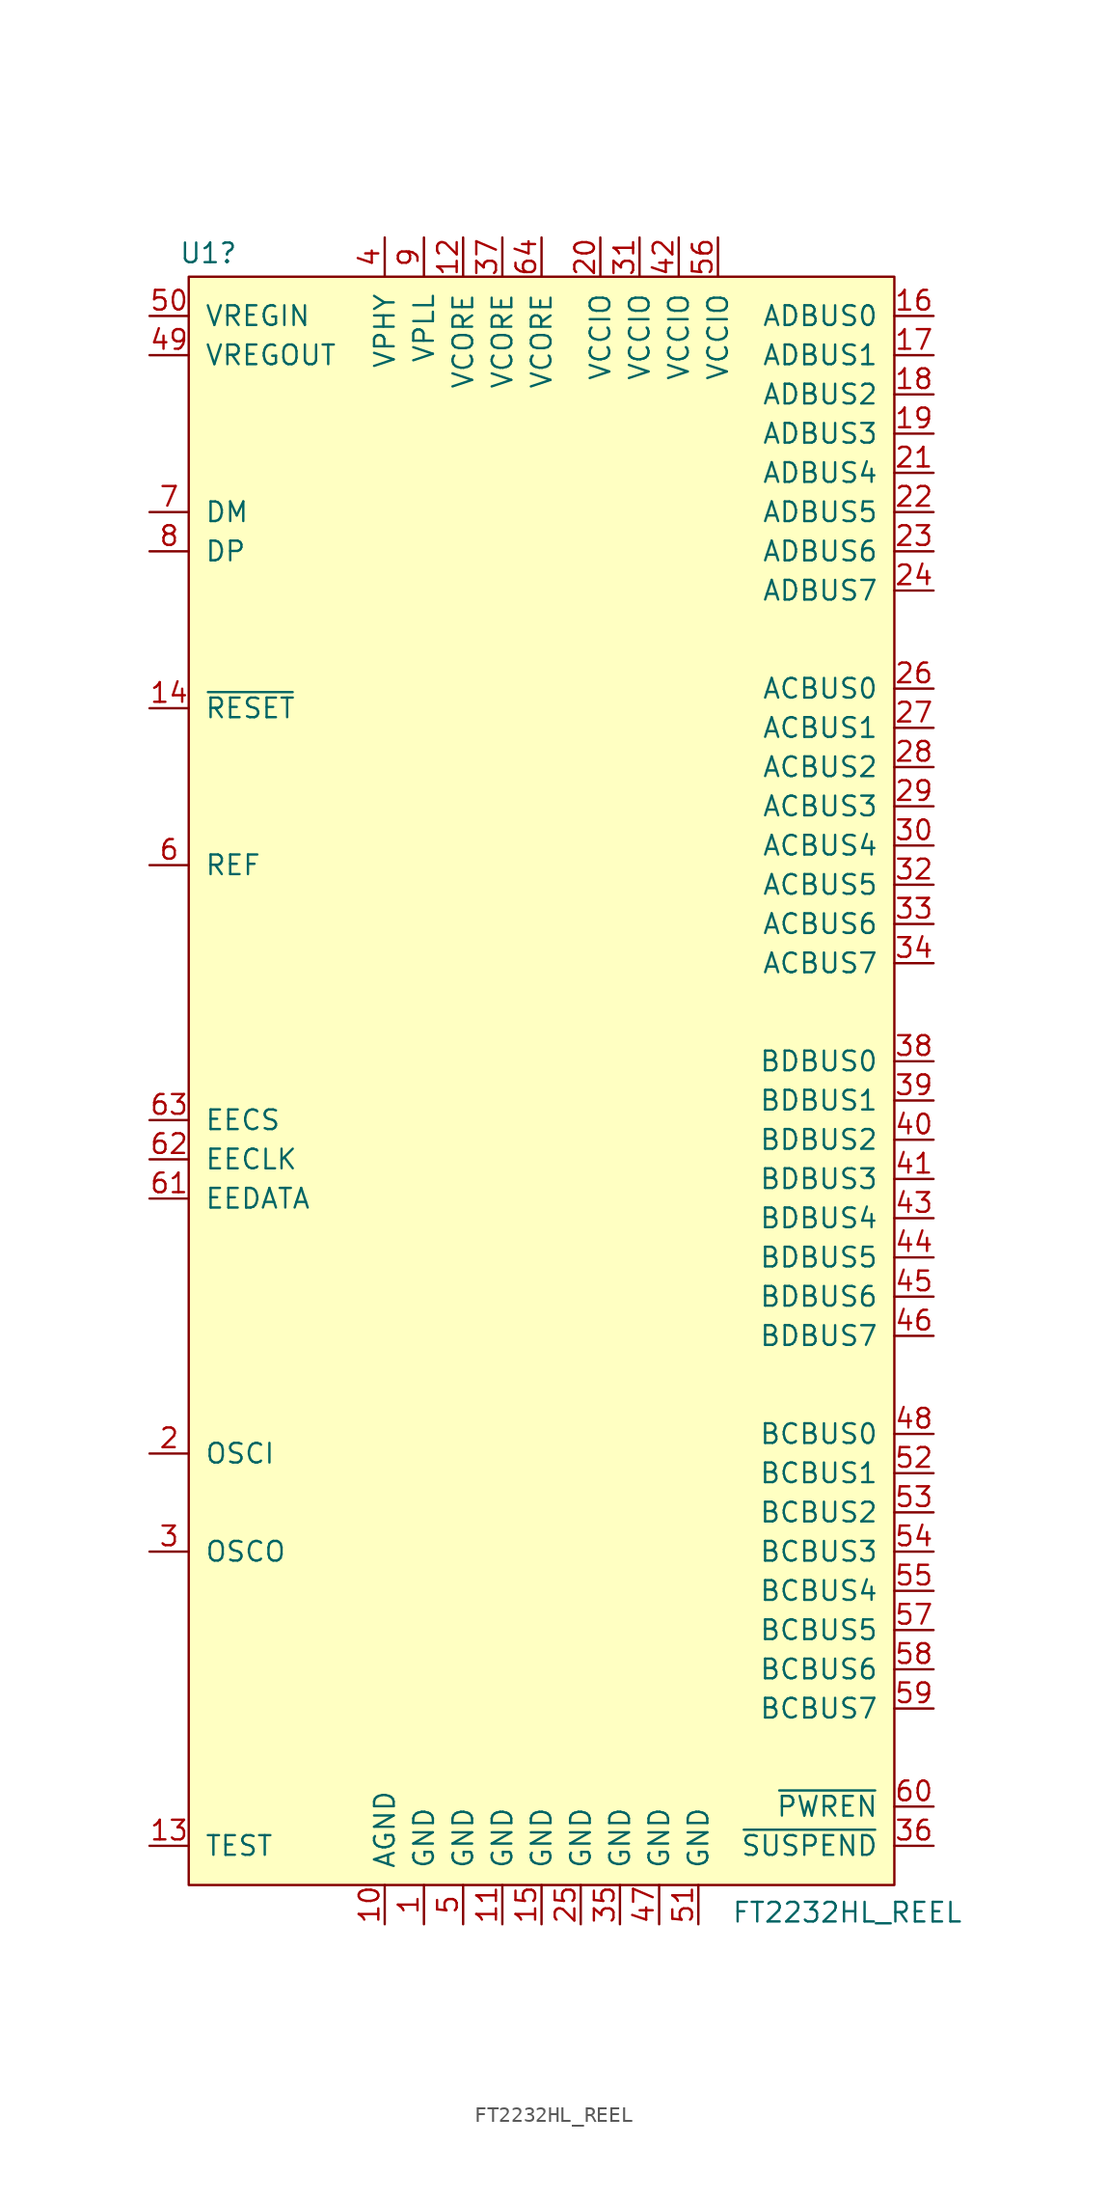
<source format=kicad_sym>
(kicad_symbol_lib
  (version 20220914)
  (generator kicad_symbol_editor)
  (symbol "FT2232HL_REEL"
    (pin_names
      (offset 1.016))
    (property "Reference" "U1"
      (at -22.86 48.514 0)
      (effects (font (size 1.27 1.27))))
    (property "Value" "FT2232HL_REEL"
      (at 18.542 -58.928 0)
      (effects (font (size 1.27 1.27))))
    (symbol "FT2232HL_REEL_0_1"
      (rectangle (start -24.13 46.99) (end 21.59 -57.15) (stroke (width 0) (type solid)) (fill (type background))))
    (symbol "FT2232HL_REEL_1_1"
      (pin power_in line (at -8.89 -59.69 90) (length 2.54) (name "GND" (effects (font (size 1.27 1.27)))) (number "1" (effects (font (size 1.27 1.27)))))
      (pin power_in line (at -11.43 -59.69 90) (length 2.54) (name "AGND" (effects (font (size 1.27 1.27)))) (number "10" (effects (font (size 1.27 1.27)))))
      (pin power_in line (at -3.81 -59.69 90) (length 2.54) (name "GND" (effects (font (size 1.27 1.27)))) (number "11" (effects (font (size 1.27 1.27)))))
      (pin power_in line (at -6.35 49.53 270) (length 2.54) (name "VCORE" (effects (font (size 1.27 1.27)))) (number "12" (effects (font (size 1.27 1.27)))))
      (pin passive line (at -26.67 -54.61 0) (length 2.54) (name "TEST" (effects (font (size 1.27 1.27)))) (number "13" (effects (font (size 1.27 1.27)))))
      (pin passive line (at -26.67 19.05 0) (length 2.54) (name "~{RESET}" (effects (font (size 1.27 1.27)))) (number "14" (effects (font (size 1.27 1.27)))))
      (pin power_in line (at -1.27 -59.69 90) (length 2.54) (name "GND" (effects (font (size 1.27 1.27)))) (number "15" (effects (font (size 1.27 1.27)))))
      (pin bidirectional line (at 24.13 44.45 180) (length 2.54) (name "ADBUS0" (effects (font (size 1.27 1.27)))) (number "16" (effects (font (size 1.27 1.27)))))
      (pin bidirectional line (at 24.13 41.91 180) (length 2.54) (name "ADBUS1" (effects (font (size 1.27 1.27)))) (number "17" (effects (font (size 1.27 1.27)))))
      (pin bidirectional line (at 24.13 39.37 180) (length 2.54) (name "ADBUS2" (effects (font (size 1.27 1.27)))) (number "18" (effects (font (size 1.27 1.27)))))
      (pin bidirectional line (at 24.13 36.83 180) (length 2.54) (name "ADBUS3" (effects (font (size 1.27 1.27)))) (number "19" (effects (font (size 1.27 1.27)))))
      (pin passive line (at -26.67 -29.21 0) (length 2.54) (name "OSCI" (effects (font (size 1.27 1.27)))) (number "2" (effects (font (size 1.27 1.27)))))
      (pin power_in line (at 2.54 49.53 270) (length 2.54) (name "VCCIO" (effects (font (size 1.27 1.27)))) (number "20" (effects (font (size 1.27 1.27)))))
      (pin bidirectional line (at 24.13 34.29 180) (length 2.54) (name "ADBUS4" (effects (font (size 1.27 1.27)))) (number "21" (effects (font (size 1.27 1.27)))))
      (pin bidirectional line (at 24.13 31.75 180) (length 2.54) (name "ADBUS5" (effects (font (size 1.27 1.27)))) (number "22" (effects (font (size 1.27 1.27)))))
      (pin bidirectional line (at 24.13 29.21 180) (length 2.54) (name "ADBUS6" (effects (font (size 1.27 1.27)))) (number "23" (effects (font (size 1.27 1.27)))))
      (pin bidirectional line (at 24.13 26.67 180) (length 2.54) (name "ADBUS7" (effects (font (size 1.27 1.27)))) (number "24" (effects (font (size 1.27 1.27)))))
      (pin power_in line (at 1.27 -59.69 90) (length 2.54) (name "GND" (effects (font (size 1.27 1.27)))) (number "25" (effects (font (size 1.27 1.27)))))
      (pin bidirectional line (at 24.13 20.32 180) (length 2.54) (name "ACBUS0" (effects (font (size 1.27 1.27)))) (number "26" (effects (font (size 1.27 1.27)))))
      (pin bidirectional line (at 24.13 17.78 180) (length 2.54) (name "ACBUS1" (effects (font (size 1.27 1.27)))) (number "27" (effects (font (size 1.27 1.27)))))
      (pin bidirectional line (at 24.13 15.24 180) (length 2.54) (name "ACBUS2" (effects (font (size 1.27 1.27)))) (number "28" (effects (font (size 1.27 1.27)))))
      (pin bidirectional line (at 24.13 12.7 180) (length 2.54) (name "ACBUS3" (effects (font (size 1.27 1.27)))) (number "29" (effects (font (size 1.27 1.27)))))
      (pin passive line (at -26.67 -35.56 0) (length 2.54) (name "OSCO" (effects (font (size 1.27 1.27)))) (number "3" (effects (font (size 1.27 1.27)))))
      (pin bidirectional line (at 24.13 10.16 180) (length 2.54) (name "ACBUS4" (effects (font (size 1.27 1.27)))) (number "30" (effects (font (size 1.27 1.27)))))
      (pin power_in line (at 5.08 49.53 270) (length 2.54) (name "VCCIO" (effects (font (size 1.27 1.27)))) (number "31" (effects (font (size 1.27 1.27)))))
      (pin bidirectional line (at 24.13 7.62 180) (length 2.54) (name "ACBUS5" (effects (font (size 1.27 1.27)))) (number "32" (effects (font (size 1.27 1.27)))))
      (pin bidirectional line (at 24.13 5.08 180) (length 2.54) (name "ACBUS6" (effects (font (size 1.27 1.27)))) (number "33" (effects (font (size 1.27 1.27)))))
      (pin bidirectional line (at 24.13 2.54 180) (length 2.54) (name "ACBUS7" (effects (font (size 1.27 1.27)))) (number "34" (effects (font (size 1.27 1.27)))))
      (pin power_in line (at 3.81 -59.69 90) (length 2.54) (name "GND" (effects (font (size 1.27 1.27)))) (number "35" (effects (font (size 1.27 1.27)))))
      (pin passive line (at 24.13 -54.61 180) (length 2.54) (name "~{SUSPEND}" (effects (font (size 1.27 1.27)))) (number "36" (effects (font (size 1.27 1.27)))))
      (pin power_in line (at -3.81 49.53 270) (length 2.54) (name "VCORE" (effects (font (size 1.27 1.27)))) (number "37" (effects (font (size 1.27 1.27)))))
      (pin bidirectional line (at 24.13 -3.81 180) (length 2.54) (name "BDBUS0" (effects (font (size 1.27 1.27)))) (number "38" (effects (font (size 1.27 1.27)))))
      (pin bidirectional line (at 24.13 -6.35 180) (length 2.54) (name "BDBUS1" (effects (font (size 1.27 1.27)))) (number "39" (effects (font (size 1.27 1.27)))))
      (pin power_in line (at -11.43 49.53 270) (length 2.54) (name "VPHY" (effects (font (size 1.27 1.27)))) (number "4" (effects (font (size 1.27 1.27)))))
      (pin bidirectional line (at 24.13 -8.89 180) (length 2.54) (name "BDBUS2" (effects (font (size 1.27 1.27)))) (number "40" (effects (font (size 1.27 1.27)))))
      (pin bidirectional line (at 24.13 -11.43 180) (length 2.54) (name "BDBUS3" (effects (font (size 1.27 1.27)))) (number "41" (effects (font (size 1.27 1.27)))))
      (pin power_in line (at 7.62 49.53 270) (length 2.54) (name "VCCIO" (effects (font (size 1.27 1.27)))) (number "42" (effects (font (size 1.27 1.27)))))
      (pin bidirectional line (at 24.13 -13.97 180) (length 2.54) (name "BDBUS4" (effects (font (size 1.27 1.27)))) (number "43" (effects (font (size 1.27 1.27)))))
      (pin bidirectional line (at 24.13 -16.51 180) (length 2.54) (name "BDBUS5" (effects (font (size 1.27 1.27)))) (number "44" (effects (font (size 1.27 1.27)))))
      (pin bidirectional line (at 24.13 -19.05 180) (length 2.54) (name "BDBUS6" (effects (font (size 1.27 1.27)))) (number "45" (effects (font (size 1.27 1.27)))))
      (pin bidirectional line (at 24.13 -21.59 180) (length 2.54) (name "BDBUS7" (effects (font (size 1.27 1.27)))) (number "46" (effects (font (size 1.27 1.27)))))
      (pin power_in line (at 6.35 -59.69 90) (length 2.54) (name "GND" (effects (font (size 1.27 1.27)))) (number "47" (effects (font (size 1.27 1.27)))))
      (pin bidirectional line (at 24.13 -27.94 180) (length 2.54) (name "BCBUS0" (effects (font (size 1.27 1.27)))) (number "48" (effects (font (size 1.27 1.27)))))
      (pin power_in line (at -26.67 41.91 0) (length 2.54) (name "VREGOUT" (effects (font (size 1.27 1.27)))) (number "49" (effects (font (size 1.27 1.27)))))
      (pin power_in line (at -6.35 -59.69 90) (length 2.54) (name "GND" (effects (font (size 1.27 1.27)))) (number "5" (effects (font (size 1.27 1.27)))))
      (pin power_in line (at -26.67 44.45 0) (length 2.54) (name "VREGIN" (effects (font (size 1.27 1.27)))) (number "50" (effects (font (size 1.27 1.27)))))
      (pin power_in line (at 8.89 -59.69 90) (length 2.54) (name "GND" (effects (font (size 1.27 1.27)))) (number "51" (effects (font (size 1.27 1.27)))))
      (pin bidirectional line (at 24.13 -30.48 180) (length 2.54) (name "BCBUS1" (effects (font (size 1.27 1.27)))) (number "52" (effects (font (size 1.27 1.27)))))
      (pin bidirectional line (at 24.13 -33.02 180) (length 2.54) (name "BCBUS2" (effects (font (size 1.27 1.27)))) (number "53" (effects (font (size 1.27 1.27)))))
      (pin bidirectional line (at 24.13 -35.56 180) (length 2.54) (name "BCBUS3" (effects (font (size 1.27 1.27)))) (number "54" (effects (font (size 1.27 1.27)))))
      (pin bidirectional line (at 24.13 -38.1 180) (length 2.54) (name "BCBUS4" (effects (font (size 1.27 1.27)))) (number "55" (effects (font (size 1.27 1.27)))))
      (pin power_in line (at 10.16 49.53 270) (length 2.54) (name "VCCIO" (effects (font (size 1.27 1.27)))) (number "56" (effects (font (size 1.27 1.27)))))
      (pin bidirectional line (at 24.13 -40.64 180) (length 2.54) (name "BCBUS5" (effects (font (size 1.27 1.27)))) (number "57" (effects (font (size 1.27 1.27)))))
      (pin bidirectional line (at 24.13 -43.18 180) (length 2.54) (name "BCBUS6" (effects (font (size 1.27 1.27)))) (number "58" (effects (font (size 1.27 1.27)))))
      (pin bidirectional line (at 24.13 -45.72 180) (length 2.54) (name "BCBUS7" (effects (font (size 1.27 1.27)))) (number "59" (effects (font (size 1.27 1.27)))))
      (pin passive line (at -26.67 8.89 0) (length 2.54) (name "REF" (effects (font (size 1.27 1.27)))) (number "6" (effects (font (size 1.27 1.27)))))
      (pin tri_state line (at 24.13 -52.07 180) (length 2.54) (name "~{PWREN}" (effects (font (size 1.27 1.27)))) (number "60" (effects (font (size 1.27 1.27)))))
      (pin bidirectional line (at -26.67 -12.7 0) (length 2.54) (name "EEDATA" (effects (font (size 1.27 1.27)))) (number "61" (effects (font (size 1.27 1.27)))))
      (pin bidirectional line (at -26.67 -10.16 0) (length 2.54) (name "EECLK" (effects (font (size 1.27 1.27)))) (number "62" (effects (font (size 1.27 1.27)))))
      (pin bidirectional line (at -26.67 -7.62 0) (length 2.54) (name "EECS" (effects (font (size 1.27 1.27)))) (number "63" (effects (font (size 1.27 1.27)))))
      (pin power_in line (at -1.27 49.53 270) (length 2.54) (name "VCORE" (effects (font (size 1.27 1.27)))) (number "64" (effects (font (size 1.27 1.27)))))
      (pin bidirectional line (at -26.67 31.75 0) (length 2.54) (name "DM" (effects (font (size 1.27 1.27)))) (number "7" (effects (font (size 1.27 1.27)))))
      (pin bidirectional line (at -26.67 29.21 0) (length 2.54) (name "DP" (effects (font (size 1.27 1.27)))) (number "8" (effects (font (size 1.27 1.27)))))
      (pin power_in line (at -8.89 49.53 270) (length 2.54) (name "VPLL" (effects (font (size 1.27 1.27)))) (number "9" (effects (font (size 1.27 1.27))))))))
</source>
